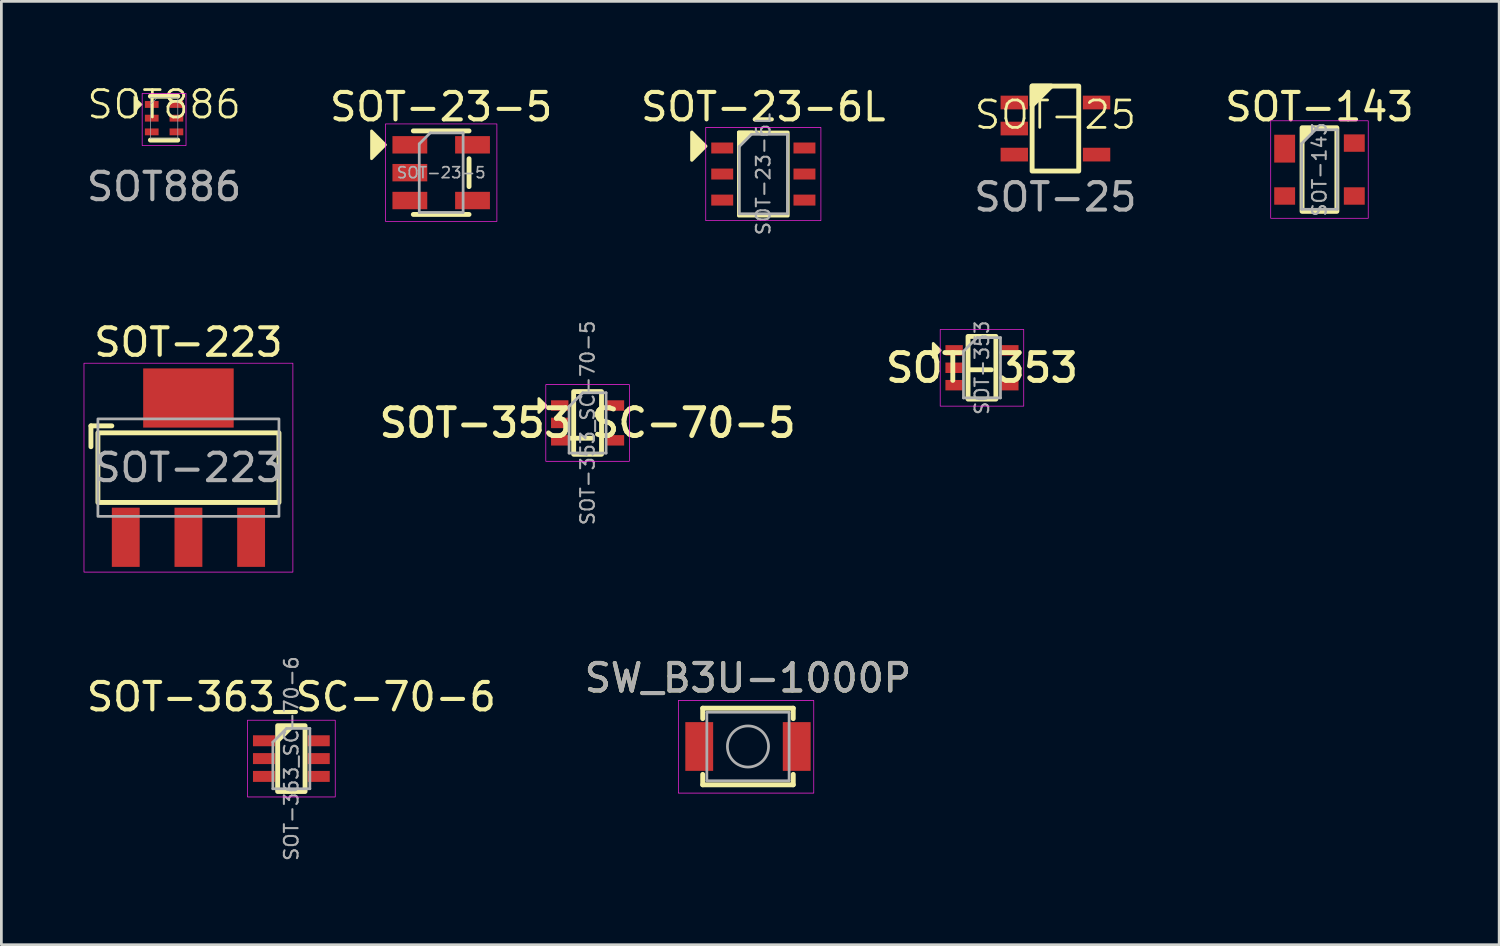
<source format=kicad_pcb>
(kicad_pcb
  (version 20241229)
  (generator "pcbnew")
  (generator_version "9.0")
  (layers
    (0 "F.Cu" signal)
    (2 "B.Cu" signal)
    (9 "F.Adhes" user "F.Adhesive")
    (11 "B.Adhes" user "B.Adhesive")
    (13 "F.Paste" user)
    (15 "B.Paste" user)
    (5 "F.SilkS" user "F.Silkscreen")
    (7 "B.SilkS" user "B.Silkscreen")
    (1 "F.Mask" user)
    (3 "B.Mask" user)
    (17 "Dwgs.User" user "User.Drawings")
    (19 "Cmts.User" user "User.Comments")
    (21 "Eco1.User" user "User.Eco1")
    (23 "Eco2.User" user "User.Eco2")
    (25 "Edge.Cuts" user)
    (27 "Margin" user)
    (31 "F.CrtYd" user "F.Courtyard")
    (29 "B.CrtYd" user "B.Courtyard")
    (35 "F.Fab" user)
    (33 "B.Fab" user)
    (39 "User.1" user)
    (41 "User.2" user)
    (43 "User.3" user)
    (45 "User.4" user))
  (footprint "SOT-23-6L"
    (layer "F.Cu")
    (at 24.792 3.298)
    (property "Reference" "SOT-23-6L" (at 0 -2.45 0) (layer "F.SilkS") (effects (font (size 1 1) (thickness 0.15))))
    (attr smd)
    (fp_rect (start -0.9 -1.524) (end 0.9 1.524) (stroke (width 0.12) (type solid)) (fill no) (layer "F.SilkS"))
    (fp_poly (pts (xy -2.1 -1.016) (xy -2.608 -0.508) (xy -2.608 -1.524)) (stroke (width 0.12) (type solid)) (fill yes) (layer "F.SilkS"))
    (fp_poly (pts (xy -0.9 -1.016) (xy -0.9 -1.524) (xy -0.392 -1.524)) (stroke (width 0.12) (type solid)) (fill yes) (layer "F.SilkS"))
    (fp_rect (start -2.1 -1.7) (end 2.1 1.7) (stroke (width 0.025) (type solid)) (fill no) (layer "F.CrtYd"))
    (fp_line (start -0.88 -1) (end -0.88 1.45) (stroke (width 0.1) (type solid)) (layer "F.Fab"))
    (fp_line (start -0.88 -1) (end -0.43 -1.45) (stroke (width 0.1) (type solid)) (layer "F.Fab"))
    (fp_line (start 0.88 -1.45) (end -0.43 -1.45) (stroke (width 0.1) (type solid)) (layer "F.Fab"))
    (fp_line (start 0.88 -1.45) (end 0.88 1.45) (stroke (width 0.1) (type solid)) (layer "F.Fab"))
    (fp_line (start 0.88 1.45) (end -0.88 1.45) (stroke (width 0.1) (type solid)) (layer "F.Fab"))
    (fp_text user "${REFERENCE}" (at 0 0 90) (layer "F.Fab") (effects (font (size 0.5 0.5) (thickness 0.075))))
    (pad "1" smd rect (at -1.5 -0.95) (size 0.8 0.4) (layers "F.Cu" "F.Mask" "F.Paste"))
    (pad "2" smd rect (at -1.5 0) (size 0.8 0.4) (layers "F.Cu" "F.Mask" "F.Paste"))
    (pad "3" smd rect (at -1.5 0.95) (size 0.8 0.4) (layers "F.Cu" "F.Mask" "F.Paste"))
    (pad "4" smd rect (at 1.5 0.95) (size 0.8 0.4) (layers "F.Cu" "F.Mask" "F.Paste"))
    (pad "5" smd rect (at 1.5 0) (size 0.8 0.4) (layers "F.Cu" "F.Mask" "F.Paste"))
    (pad "6" smd rect (at 1.5 -0.95) (size 0.8 0.4) (layers "F.Cu" "F.Mask" "F.Paste")))
  (footprint "SOT-23-5"
    (layer "F.Cu")
    (at 13.042 3.248)
    (property "Reference" "SOT-23-5" (at 0 -2.4 0) (layer "F.SilkS") (effects (font (size 1 1) (thickness 0.15))))
    (attr smd)
    (fp_line (start -1.016 1.524) (end 1.016 1.524) (stroke (width 0.178) (type solid)) (layer "F.SilkS"))
    (fp_line (start 1.016 -1.524) (end -1.016 -1.524) (stroke (width 0.178) (type solid)) (layer "F.SilkS"))
    (fp_line (start 1.016 0.508) (end 1.016 -0.508) (stroke (width 0.178) (type solid)) (layer "F.SilkS"))
    (fp_poly (pts (xy -2.032 -1.016) (xy -2.54 -0.508) (xy -2.54 -1.524)) (stroke (width 0.1) (type solid)) (fill yes) (layer "F.SilkS"))
    (fp_rect (start -2.032 -1.778) (end 2.032 1.778) (stroke (width 0.025) (type solid)) (fill no) (layer "F.CrtYd"))
    (fp_line (start -0.8 -1.05) (end -0.4 -1.45) (stroke (width 0.1) (type solid)) (layer "F.Fab"))
    (fp_line (start -0.8 1.45) (end -0.8 -1.05) (stroke (width 0.1) (type solid)) (layer "F.Fab"))
    (fp_line (start -0.4 -1.45) (end 0.8 -1.45) (stroke (width 0.1) (type solid)) (layer "F.Fab"))
    (fp_line (start 0.8 -1.45) (end 0.8 1.45) (stroke (width 0.1) (type solid)) (layer "F.Fab"))
    (fp_line (start 0.8 1.45) (end -0.8 1.45) (stroke (width 0.1) (type solid)) (layer "F.Fab"))
    (fp_text user "${REFERENCE}" (at 0 0 0) (layer "F.Fab") (effects (font (size 0.4 0.4) (thickness 0.06))))
    (pad "1" smd rect (at -1.143 -1.016) (size 1.27 0.635) (layers "F.Cu" "F.Mask" "F.Paste"))
    (pad "2" smd rect (at -1.143 0) (size 1.27 0.635) (layers "F.Cu" "F.Mask" "F.Paste"))
    (pad "3" smd rect (at -1.143 1.016) (size 1.27 0.635) (layers "F.Cu" "F.Mask" "F.Paste"))
    (pad "4" smd rect (at 1.143 1.016) (size 1.27 0.635) (layers "F.Cu" "F.Mask" "F.Paste"))
    (pad "5" smd rect (at 1.143 -1.016) (size 1.27 0.635) (layers "F.Cu" "F.Mask" "F.Paste")))
  (footprint "SOT-353"
    (layer "F.Cu")
    (at 32.767 10.364)
    (property "Reference" "SOT-353" (at 0 0 0) (layer "F.SilkS") (effects (font (size 1.016 1.016) (thickness 0.178))))
    (attr smd)
    (fp_rect (start -0.508 -1.143) (end 0.508 1.143) (stroke (width 0.178) (type solid)) (fill no) (layer "F.SilkS"))
    (fp_poly (pts (xy -1.524 -0.635) (xy -1.778 -0.381) (xy -1.778 -0.889)) (stroke (width 0.1) (type solid)) (fill yes) (layer "F.SilkS"))
    (fp_rect (start -1.524 -1.397) (end 1.524 1.4) (stroke (width 0.025) (type solid)) (fill no) (layer "F.CrtYd"))
    (fp_line (start -0.675 -0.6) (end -0.675 1.1) (stroke (width 0.1) (type solid)) (layer "F.Fab"))
    (fp_line (start -0.175 -1.1) (end -0.675 -0.6) (stroke (width 0.1) (type solid)) (layer "F.Fab"))
    (fp_line (start 0.675 -1.1) (end -0.175 -1.1) (stroke (width 0.1) (type solid)) (layer "F.Fab"))
    (fp_line (start 0.675 -1.1) (end 0.675 1.1) (stroke (width 0.1) (type solid)) (layer "F.Fab"))
    (fp_line (start 0.675 1.1) (end -0.675 1.1) (stroke (width 0.1) (type solid)) (layer "F.Fab"))
    (fp_text user "${REFERENCE}" (at 0 0 90) (layer "F.Fab") (effects (font (size 0.5 0.5) (thickness 0.075))))
    (pad "1" smd rect (at -1.016 -0.635) (size 0.635 0.381) (layers "F.Cu" "F.Mask" "F.Paste"))
    (pad "2" smd rect (at -1.016 0) (size 0.635 0.381) (layers "F.Cu" "F.Mask" "F.Paste"))
    (pad "3" smd rect (at -1.016 0.635) (size 0.635 0.381) (layers "F.Cu" "F.Mask" "F.Paste"))
    (pad "4" smd rect (at 1.016 0.635) (size 0.635 0.381) (layers "F.Cu" "F.Mask" "F.Paste"))
    (pad "5" smd rect (at 1.016 -0.635) (size 0.635 0.381) (layers "F.Cu" "F.Mask" "F.Paste")))
  (footprint "SOT886"
    (layer "F.Cu")
    (at 2.935 1.26)
    (property "Reference" "SOT886" (at 0 -0.5 0) (unlocked yes) (layer "F.SilkS") (effects (font (size 1 1) (thickness 0.1))))
    (attr smd)
    (fp_line (start -0.5 -0.8) (end 0.5 -0.8) (stroke (width 0.178) (type default)) (layer "F.SilkS"))
    (fp_line (start -0.5 0.8) (end 0.5 0.8) (stroke (width 0.178) (type default)) (layer "F.SilkS"))
    (fp_poly (pts (xy -0.8 -0.5) (xy -1.1 -0.8) (xy -1.1 -0.2)) (stroke (width 0.025) (type solid)) (fill yes) (layer "F.SilkS"))
    (fp_rect (start -0.8 -0.9) (end 0.8 1) (stroke (width 0.025) (type default)) (fill no) (layer "F.CrtYd"))
    (fp_line (start -0.5 -0.5) (end -0.25 -0.75) (stroke (width 0.025) (type default)) (layer "F.Fab"))
    (fp_rect (start -0.5 0.75) (end 0.5 -0.75) (stroke (width 0.025) (type default)) (fill no) (layer "F.Fab"))
    (fp_text user "${REFERENCE}" (at 0 2.5 0) (unlocked yes) (layer "F.Fab") (effects (font (size 1 1) (thickness 0.15))))
    (pad "1" smd rect (at -0.45 -0.5) (size 0.5 0.25) (layers "F.Cu" "F.Mask" "F.Paste"))
    (pad "2" smd rect (at -0.45 0) (size 0.5 0.25) (layers "F.Cu" "F.Mask" "F.Paste"))
    (pad "3" smd rect (at -0.45 0.5) (size 0.5 0.25) (layers "F.Cu" "F.Mask" "F.Paste"))
    (pad "4" smd rect (at 0.45 0.5) (size 0.5 0.25) (layers "F.Cu" "F.Mask" "F.Paste"))
    (pad "5" smd rect (at 0.45 0) (size 0.5 0.25) (layers "F.Cu" "F.Mask" "F.Paste"))
    (pad "6" smd rect (at 0.45 -0.5) (size 0.5 0.25) (layers "F.Cu" "F.Mask" "F.Paste")))
  (footprint "SOT-353_SC-70-5"
    (layer "F.Cu")
    (at 18.382 12.376)
    (property "Reference" "SOT-353_SC-70-5" (at 0 0 0) (layer "F.SilkS") (effects (font (size 1.016 1.016) (thickness 0.178))))
    (attr smd)
    (fp_rect (start -0.508 -1.143) (end 0.508 1.143) (stroke (width 0.178) (type solid)) (fill no) (layer "F.SilkS"))
    (fp_poly (pts (xy -1.524 -0.635) (xy -1.778 -0.381) (xy -1.778 -0.889)) (stroke (width 0.1) (type solid)) (fill yes) (layer "F.SilkS"))
    (fp_rect (start -1.524 -1.397) (end 1.524 1.4) (stroke (width 0.025) (type solid)) (fill no) (layer "F.CrtYd"))
    (fp_line (start -0.675 -0.6) (end -0.675 1.1) (stroke (width 0.1) (type solid)) (layer "F.Fab"))
    (fp_line (start -0.175 -1.1) (end -0.675 -0.6) (stroke (width 0.1) (type solid)) (layer "F.Fab"))
    (fp_line (start 0.675 -1.1) (end -0.175 -1.1) (stroke (width 0.1) (type solid)) (layer "F.Fab"))
    (fp_line (start 0.675 -1.1) (end 0.675 1.1) (stroke (width 0.1) (type solid)) (layer "F.Fab"))
    (fp_line (start 0.675 1.1) (end -0.675 1.1) (stroke (width 0.1) (type solid)) (layer "F.Fab"))
    (fp_text user "${REFERENCE}" (at 0 0 90) (layer "F.Fab") (effects (font (size 0.5 0.5) (thickness 0.075))))
    (pad "1" smd rect (at -1.016 -0.635) (size 0.635 0.381) (layers "F.Cu" "F.Mask" "F.Paste"))
    (pad "2" smd rect (at -1.016 0) (size 0.635 0.381) (layers "F.Cu" "F.Mask" "F.Paste"))
    (pad "3" smd rect (at -1.016 0.635) (size 0.635 0.381) (layers "F.Cu" "F.Mask" "F.Paste"))
    (pad "4" smd rect (at 1.016 0.635) (size 0.635 0.381) (layers "F.Cu" "F.Mask" "F.Paste"))
    (pad "5" smd rect (at 1.016 -0.635) (size 0.635 0.381) (layers "F.Cu" "F.Mask" "F.Paste")))
  (footprint "SOT-143"
    (layer "F.Cu")
    (at 45.077 3.134)
    (property "Reference" "SOT-143" (at 0 -2.286 0) (layer "F.SilkS") (effects (font (size 1 1) (thickness 0.15))))
    (attr smd)
    (fp_rect (start -0.635 -1.524) (end 0.635 1.524) (stroke (width 0.178) (type solid)) (fill no) (layer "F.SilkS"))
    (fp_poly (pts (xy -0.635 -1.016) (xy -0.635 -1.524) (xy -0.127 -1.524)) (stroke (width 0.12) (type solid)) (fill yes) (layer "F.SilkS"))
    (fp_rect (start -1.778 1.778) (end 1.778 -1.778) (stroke (width 0.025) (type solid)) (fill no) (layer "F.CrtYd"))
    (fp_line (start -0.65 -0.95) (end -0.15 -1.45) (stroke (width 0.1) (type solid)) (layer "F.Fab"))
    (fp_line (start -0.65 1.45) (end -0.65 -0.95) (stroke (width 0.1) (type solid)) (layer "F.Fab"))
    (fp_line (start -0.15 -1.45) (end 0.65 -1.45) (stroke (width 0.1) (type solid)) (layer "F.Fab"))
    (fp_line (start 0.65 -1.45) (end 0.65 1.45) (stroke (width 0.1) (type solid)) (layer "F.Fab"))
    (fp_line (start 0.65 1.45) (end -0.65 1.45) (stroke (width 0.1) (type solid)) (layer "F.Fab"))
    (fp_text user "${REFERENCE}" (at 0 0 90) (layer "F.Fab") (effects (font (size 0.5 0.5) (thickness 0.075))))
    (pad "1" smd rect (at -1.27 -0.762) (size 0.762 1.016) (layers "F.Cu" "F.Mask" "F.Paste"))
    (pad "2" smd rect (at -1.27 0.965) (size 0.762 0.635) (layers "F.Cu" "F.Mask" "F.Paste"))
    (pad "3" smd rect (at 1.27 0.965) (size 0.762 0.635) (layers "F.Cu" "F.Mask" "F.Paste"))
    (pad "4" smd rect (at 1.27 -0.965) (size 0.762 0.635) (layers "F.Cu" "F.Mask" "F.Paste")))
  (footprint "SW_B3U-1000P"
    (layer "F.Cu")
    (at 24.232 24.178)
    (property "Reference" "SW_B3U-1000P" (at 0 -2.5 0) (layer "F.SilkS") (effects (font (size 1 1) (thickness 0.15))))
    (attr smd)
    (fp_line (start -1.651 -1.397) (end 1.651 -1.397) (stroke (width 0.178) (type solid)) (layer "F.SilkS"))
    (fp_line (start -1.651 -1.016) (end -1.651 -1.397) (stroke (width 0.178) (type solid)) (layer "F.SilkS"))
    (fp_line (start -1.651 1.397) (end -1.651 1.016) (stroke (width 0.178) (type solid)) (layer "F.SilkS"))
    (fp_line (start 1.651 -1.397) (end 1.651 -1.016) (stroke (width 0.178) (type solid)) (layer "F.SilkS"))
    (fp_line (start 1.651 1.016) (end 1.651 1.397) (stroke (width 0.178) (type solid)) (layer "F.SilkS"))
    (fp_line (start 1.651 1.397) (end -1.651 1.397) (stroke (width 0.178) (type solid)) (layer "F.SilkS"))
    (fp_rect (start -2.54 -1.678) (end 2.4 1.7) (stroke (width 0.025) (type solid)) (fill no) (layer "F.CrtYd"))
    (fp_line (start -1.5 -1.25) (end 1.5 -1.25) (stroke (width 0.1) (type solid)) (layer "F.Fab"))
    (fp_line (start -1.5 1.25) (end -1.5 -1.25) (stroke (width 0.1) (type solid)) (layer "F.Fab"))
    (fp_line (start 1.5 -1.25) (end 1.5 1.25) (stroke (width 0.1) (type solid)) (layer "F.Fab"))
    (fp_line (start 1.5 1.25) (end -1.5 1.25) (stroke (width 0.1) (type solid)) (layer "F.Fab"))
    (fp_circle (center 0 0) (end 0.75 0) (stroke (width 0.1) (type solid)) (fill no) (layer "F.Fab"))
    (fp_text user "${REFERENCE}" (at 0 -2.5 0) (layer "F.Fab") (effects (font (size 1 1) (thickness 0.15))))
    (pad "1" smd rect (at -1.778 0) (size 1.016 1.778) (layers "F.Cu" "F.Mask" "F.Paste"))
    (pad "2" smd rect (at 1.778 0) (size 1.016 1.778) (layers "F.Cu" "F.Mask" "F.Paste")))
  (footprint "SOT-223"
    (layer "F.Cu")
    (at 3.823 14.007)
    (property "Reference" "SOT-223" (at 0 -4.572 0) (unlocked yes) (layer "F.SilkS") (effects (font (size 1 1) (thickness 0.15))))
    (attr smd)
    (fp_line (start -3.556 -1.524) (end -2.794 -1.524) (stroke (width 0.178) (type solid)) (layer "F.SilkS"))
    (fp_line (start -3.556 -0.762) (end -3.556 -1.524) (stroke (width 0.178) (type solid)) (layer "F.SilkS"))
    (fp_rect (start -3.302 -1.27) (end 3.302 1.27) (stroke (width 0.178) (type solid)) (fill no) (layer "F.SilkS"))
    (fp_rect (start -3.81 -3.81) (end 3.81 3.81) (stroke (width 0.025) (type solid)) (fill no) (layer "F.CrtYd"))
    (fp_rect (start -3.302 -1.778) (end 3.302 1.778) (stroke (width 0.1) (type solid)) (fill no) (layer "F.Fab"))
    (fp_text user "${REFERENCE}" (at 0 0 0) (unlocked yes) (layer "F.Fab") (effects (font (size 1 1) (thickness 0.15))))
    (pad "1" smd rect (at -2.286 2.54) (size 1.016 2.159) (layers "F.Cu" "F.Mask" "F.Paste"))
    (pad "2" smd rect (at 0 2.54) (size 1.016 2.159) (layers "F.Cu" "F.Mask" "F.Paste"))
    (pad "3" smd rect (at 2.286 2.54) (size 1.016 2.159) (layers "F.Cu" "F.Mask" "F.Paste"))
    (pad "4" smd rect (at 0 -2.54) (size 3.302 2.159) (layers "F.Cu" "F.Mask" "F.Paste")))
  (footprint "SOT-363_SC-70-6"
    (layer "F.Cu")
    (at 7.577 24.619)
    (property "Reference" "SOT-363_SC-70-6" (at 0 -2.25 0) (layer "F.SilkS") (effects (font (size 1 1) (thickness 0.15))))
    (attr smd)
    (fp_rect (start -0.5 -1.2) (end 0.5 1.2) (stroke (width 0.178) (type default)) (fill no) (layer "F.SilkS"))
    (fp_poly (pts (xy -0.5 -1.2) (xy -0.5 -0.6) (xy 0.1 -1.2)) (stroke (width 0.1) (type solid)) (fill yes) (layer "F.SilkS"))
    (fp_rect (start -1.6 -1.4) (end 1.6 1.4) (stroke (width 0.025) (type default)) (fill no) (layer "F.CrtYd"))
    (fp_line (start -0.675 -0.6) (end -0.675 1.1) (stroke (width 0.1) (type solid)) (layer "F.Fab"))
    (fp_line (start -0.175 -1.1) (end -0.675 -0.6) (stroke (width 0.1) (type solid)) (layer "F.Fab"))
    (fp_line (start 0.675 -1.1) (end -0.175 -1.1) (stroke (width 0.1) (type solid)) (layer "F.Fab"))
    (fp_line (start 0.675 -1.1) (end 0.675 1.1) (stroke (width 0.1) (type solid)) (layer "F.Fab"))
    (fp_line (start 0.675 1.1) (end -0.675 1.1) (stroke (width 0.1) (type solid)) (layer "F.Fab"))
    (fp_text user "${REFERENCE}" (at 0 0 90) (layer "F.Fab") (effects (font (size 0.5 0.5) (thickness 0.075))))
    (pad "1" smd rect (at -1 -0.65) (size 0.8 0.4) (layers "F.Cu" "F.Mask" "F.Paste"))
    (pad "2" smd rect (at -1 0) (size 0.8 0.4) (layers "F.Cu" "F.Mask" "F.Paste"))
    (pad "3" smd rect (at -1 0.65) (size 0.8 0.4) (layers "F.Cu" "F.Mask" "F.Paste"))
    (pad "4" smd rect (at 1 0.65) (size 0.8 0.4) (layers "F.Cu" "F.Mask" "F.Paste"))
    (pad "5" smd rect (at 1 0) (size 0.8 0.4) (layers "F.Cu" "F.Mask" "F.Paste"))
    (pad "6" smd rect (at 1 -0.65) (size 0.8 0.4) (layers "F.Cu" "F.Mask" "F.Paste")))
  (footprint "SOT-25"
    (layer "F.Cu")
    (at 35.446 1.639)
    (property "Reference" "SOT-25" (at 0 -0.5 0) (unlocked yes) (layer "F.SilkS") (effects (font (size 1 1) (thickness 0.1))))
    (attr smd)
    (fp_rect (start -0.85 1.55) (end 0.85 -1.55) (stroke (width 0.178) (type default)) (fill no) (layer "F.SilkS"))
    (fp_poly (pts (xy -0.85 -1.55) (xy -0.85 -0.85) (xy -0.15 -1.55)) (stroke (width 0.178) (type solid)) (fill yes) (layer "F.SilkS"))
    (fp_text user "${REFERENCE}" (at 0 2.5 0) (unlocked yes) (layer "F.Fab") (effects (font (size 1 1) (thickness 0.15))))
    (pad "1" smd rect (at -1.5 -0.95) (size 1 0.5) (layers "F.Cu" "F.Mask" "F.Paste"))
    (pad "2" smd rect (at -1.5 0) (size 1 0.5) (layers "F.Cu" "F.Mask" "F.Paste"))
    (pad "3" smd rect (at -1.5 0.95) (size 1 0.5) (layers "F.Cu" "F.Mask" "F.Paste"))
    (pad "4" smd rect (at 1.5 0.95) (size 1 0.5) (layers "F.Cu" "F.Mask" "F.Paste"))
    (pad "5" smd rect (at 1.5 -0.95) (size 1 0.5) (layers "F.Cu" "F.Mask" "F.Paste")))
  (gr_rect
    (start -3 -3)
    (end 51.631 31.407)
    (stroke (width 0.1) (type default))
    (fill no)
    (layer "Edge.Cuts")))
</source>
